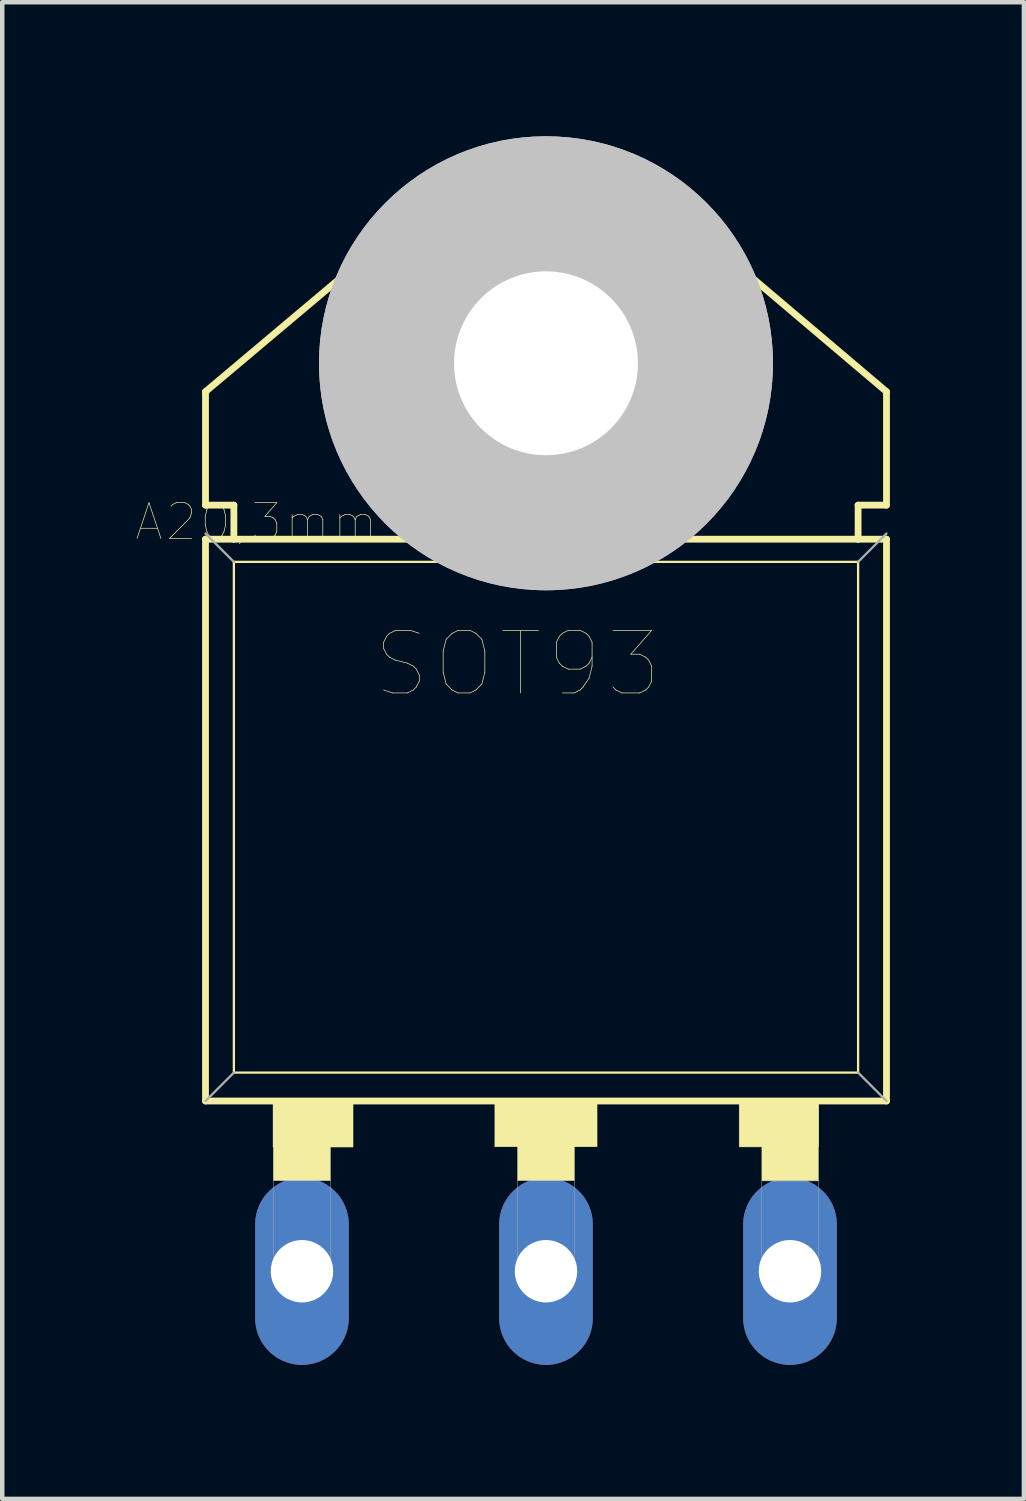
<source format=kicad_pcb>
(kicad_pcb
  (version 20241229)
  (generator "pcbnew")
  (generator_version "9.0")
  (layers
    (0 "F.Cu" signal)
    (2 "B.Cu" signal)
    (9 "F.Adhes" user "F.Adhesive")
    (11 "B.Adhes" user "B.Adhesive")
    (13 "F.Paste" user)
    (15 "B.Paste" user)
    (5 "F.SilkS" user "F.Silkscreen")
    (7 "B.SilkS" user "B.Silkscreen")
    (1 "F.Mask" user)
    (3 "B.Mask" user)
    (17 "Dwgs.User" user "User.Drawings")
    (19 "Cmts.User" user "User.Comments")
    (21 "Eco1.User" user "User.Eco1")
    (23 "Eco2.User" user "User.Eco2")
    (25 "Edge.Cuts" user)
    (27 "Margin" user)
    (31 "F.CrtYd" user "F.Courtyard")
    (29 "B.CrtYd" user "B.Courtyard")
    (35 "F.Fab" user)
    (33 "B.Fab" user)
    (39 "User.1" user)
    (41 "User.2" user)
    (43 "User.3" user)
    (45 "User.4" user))
  (footprint "SOT93"
    (layer "F.Cu")
    (at 9.169 15.24)
    (property "Reference" "SOT93" (at -0.635 -3.429 0) (layer "F.SilkS") (effects (font (size 1.4 1.4) (thickness 0.015))))
    (attr through_hole)
    (fp_line (start -7.62 -9.525) (end -3.124 -13.31) (stroke (width 0.152) (type solid)) (layer "F.SilkS"))
    (fp_line (start -7.62 -6.985) (end -7.62 -9.525) (stroke (width 0.152) (type solid)) (layer "F.SilkS"))
    (fp_line (start -7.62 6.35) (end -7.62 -6.223) (stroke (width 0.152) (type solid)) (layer "F.SilkS"))
    (fp_line (start -7.62 6.35) (end 7.62 6.35) (stroke (width 0.152) (type solid)) (layer "F.SilkS"))
    (fp_line (start -6.985 -6.985) (end -7.62 -6.985) (stroke (width 0.152) (type solid)) (layer "F.SilkS"))
    (fp_line (start -6.985 -6.223) (end -7.62 -6.223) (stroke (width 0.152) (type solid)) (layer "F.SilkS"))
    (fp_line (start -6.985 -6.223) (end -6.985 -6.985) (stroke (width 0.152) (type solid)) (layer "F.SilkS"))
    (fp_line (start -6.985 5.715) (end -6.985 -5.715) (stroke (width 0.051) (type solid)) (layer "F.SilkS"))
    (fp_line (start -6.985 5.715) (end 6.985 5.715) (stroke (width 0.051) (type solid)) (layer "F.SilkS"))
    (fp_line (start 6.985 -6.985) (end 7.62 -6.985) (stroke (width 0.152) (type solid)) (layer "F.SilkS"))
    (fp_line (start 6.985 -6.223) (end -6.985 -6.223) (stroke (width 0.152) (type solid)) (layer "F.SilkS"))
    (fp_line (start 6.985 -6.223) (end 6.985 -6.985) (stroke (width 0.152) (type solid)) (layer "F.SilkS"))
    (fp_line (start 6.985 -5.715) (end -6.985 -5.715) (stroke (width 0.051) (type solid)) (layer "F.SilkS"))
    (fp_line (start 6.985 -5.715) (end 6.985 5.715) (stroke (width 0.051) (type solid)) (layer "F.SilkS"))
    (fp_line (start 7.62 -9.525) (end 3.124 -13.335) (stroke (width 0.152) (type solid)) (layer "F.SilkS"))
    (fp_line (start 7.62 -6.985) (end 7.62 -9.525) (stroke (width 0.152) (type solid)) (layer "F.SilkS"))
    (fp_line (start 7.62 -6.223) (end 6.985 -6.223) (stroke (width 0.152) (type solid)) (layer "F.SilkS"))
    (fp_line (start 7.62 -6.223) (end 7.62 6.35) (stroke (width 0.152) (type solid)) (layer "F.SilkS"))
    (fp_arc (start -3.1431 -13.3031) (mid -1.701032 -14.266651) (end 0 -14.605) (stroke (width 0.1524) (type solid)) (layer "F.SilkS"))
    (fp_arc (start 0 -14.605) (mid 1.701032 -14.266652) (end 3.1431 -13.3031) (stroke (width 0.1524) (type solid)) (layer "F.SilkS"))
    (fp_circle (center 0 -10.16) (end 2.159 -10.16) (stroke (width 0.152) (type solid)) (fill no) (layer "F.SilkS"))
    (fp_poly (pts (xy -6.108 6.35) (xy -4.318 6.35) (xy -4.318 7.38) (xy -6.108 7.38)) (stroke (width 0.01) (type solid)) (fill yes) (layer "F.SilkS"))
    (fp_poly (pts (xy -6.1 6.35) (xy -4.826 6.35) (xy -4.826 8.133) (xy -6.1 8.133)) (stroke (width 0.01) (type solid)) (fill yes) (layer "F.SilkS"))
    (fp_poly (pts (xy -1.144 6.35) (xy 1.143 6.35) (xy 1.143 7.374) (xy -1.144 7.374)) (stroke (width 0.01) (type solid)) (fill yes) (layer "F.SilkS"))
    (fp_poly (pts (xy -0.635 6.35) (xy 0.635 6.35) (xy 0.635 8.131) (xy -0.635 8.131)) (stroke (width 0.01) (type solid)) (fill yes) (layer "F.SilkS"))
    (fp_poly (pts (xy 4.324 6.35) (xy 6.096 6.35) (xy 6.096 7.377) (xy 4.324 7.377)) (stroke (width 0.01) (type solid)) (fill yes) (layer "F.SilkS"))
    (fp_poly (pts (xy 4.832 6.35) (xy 6.096 6.35) (xy 6.096 8.138) (xy 4.832 8.138)) (stroke (width 0.01) (type solid)) (fill yes) (layer "F.SilkS"))
    (fp_circle (center 0 -10.16) (end 5.08 -10.16) (stroke (width 0) (type solid)) (fill yes) (layer "Dwgs.User"))
    (fp_circle (center 0 -10.16) (end 5.08 -10.16) (stroke (width 0) (type solid)) (fill yes) (layer "Dwgs.User"))
    (fp_line (start -6.985 -5.715) (end -7.62 -6.35) (stroke (width 0.051) (type solid)) (layer "F.Fab"))
    (fp_line (start -6.985 5.715) (end -7.62 6.35) (stroke (width 0.051) (type solid)) (layer "F.Fab"))
    (fp_line (start 6.985 -5.715) (end 7.62 -6.35) (stroke (width 0.051) (type solid)) (layer "F.Fab"))
    (fp_line (start 6.985 5.715) (end 7.62 6.35) (stroke (width 0.051) (type solid)) (layer "F.Fab"))
    (fp_poly (pts (xy -6.102 8.128) (xy -4.826 8.128) (xy -4.826 10.297) (xy -6.102 10.297)) (stroke (width 0.01) (type solid)) (fill no) (layer "F.Fab"))
    (fp_poly (pts (xy -0.636 8.128) (xy 0.635 8.128) (xy 0.635 10.296) (xy -0.636 10.296)) (stroke (width 0.01) (type solid)) (fill no) (layer "F.Fab"))
    (fp_poly (pts (xy 4.828 8.128) (xy 6.096 8.128) (xy 6.096 10.291) (xy 4.828 10.291)) (stroke (width 0.01) (type solid)) (fill no) (layer "F.Fab"))
    (fp_text user "A20,3mm" (at -6.482 -6.609 0) (layer "F.SilkS") (effects (font (size 0.801 0.801) (thickness 0.015))))
    (pad "" np_thru_hole circle (at 0 -10.16) (size 4.115 4.115) (drill 4.115) (layers "*.Cu" "*.Mask"))
    (pad "B" thru_hole oval (at -5.461 10.16) (size 2.095 4.191) (drill 1.397) (layers "*.Cu" "*.Mask"))
    (pad "C" thru_hole oval (at 0 10.16) (size 2.095 4.191) (drill 1.397) (layers "*.Cu" "*.Mask"))
    (pad "E" thru_hole oval (at 5.461 10.16) (size 2.095 4.191) (drill 1.397) (layers "*.Cu" "*.Mask")))
  (gr_rect
    (start -3 -3)
    (end 19.865 30.495)
    (stroke (width 0.1) (type default))
    (fill no)
    (layer "Edge.Cuts")))
</source>
